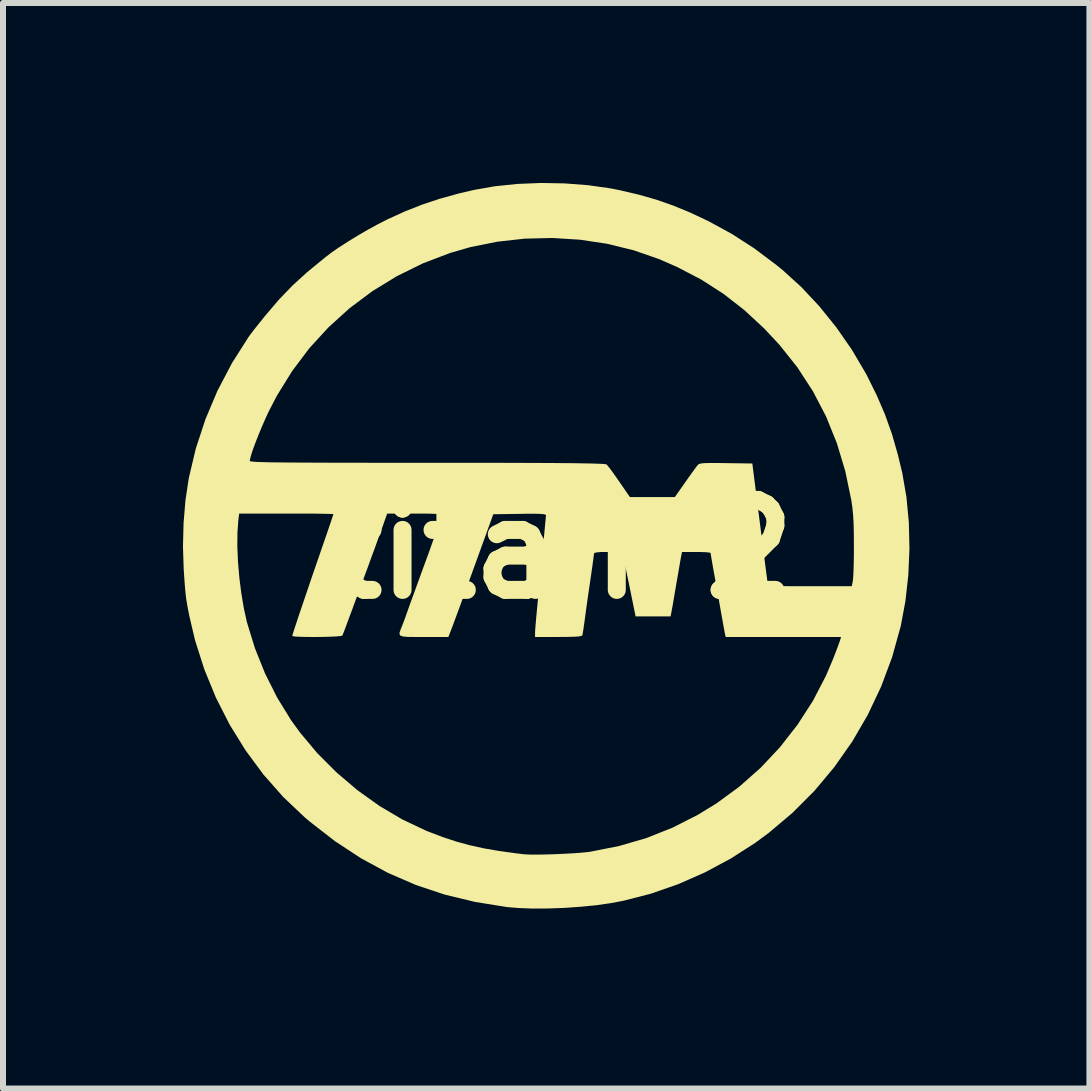
<source format=kicad_pcb>
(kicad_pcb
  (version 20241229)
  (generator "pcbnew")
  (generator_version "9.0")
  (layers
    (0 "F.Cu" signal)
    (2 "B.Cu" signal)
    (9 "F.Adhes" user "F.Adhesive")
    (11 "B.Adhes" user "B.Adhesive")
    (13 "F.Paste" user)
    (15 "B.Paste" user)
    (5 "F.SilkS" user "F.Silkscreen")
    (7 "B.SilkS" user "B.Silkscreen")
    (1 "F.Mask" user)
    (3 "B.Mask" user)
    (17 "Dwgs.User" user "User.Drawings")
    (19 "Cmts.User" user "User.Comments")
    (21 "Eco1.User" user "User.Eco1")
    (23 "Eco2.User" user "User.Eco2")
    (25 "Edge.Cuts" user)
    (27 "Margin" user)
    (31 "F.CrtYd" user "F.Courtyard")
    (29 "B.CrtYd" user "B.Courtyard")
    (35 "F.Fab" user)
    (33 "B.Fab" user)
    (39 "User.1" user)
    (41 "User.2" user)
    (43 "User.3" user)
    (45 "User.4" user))
  (footprint "titan 2"
    (layer "F.Cu")
    (at 6.303 6.105)
    (property "Reference" "titan 2" (at 0 0 0) (layer "F.SilkS") (effects (font (size 1.5 1.5) (thickness 0.3))))
    (attr board_only exclude_from_pos_files exclude_from_bom)
    (fp_poly (pts (xy 0.058 -6.098) (xy 0.448 -6.068) (xy 0.819 -6.016) (xy 0.96 -5.988) (xy 1.285 -5.913) (xy 1.58 -5.829) (xy 1.862 -5.731) (xy 2.145 -5.615) (xy 2.445 -5.474) (xy 2.476 -5.458) (xy 2.853 -5.252) (xy 3.224 -5.012) (xy 3.595 -4.733) (xy 3.692 -4.654) (xy 4.005 -4.37) (xy 4.306 -4.048) (xy 4.589 -3.697) (xy 4.848 -3.324) (xy 5.076 -2.937) (xy 5.096 -2.9) (xy 5.261 -2.567) (xy 5.4 -2.244) (xy 5.516 -1.918) (xy 5.615 -1.572) (xy 5.688 -1.269) (xy 5.757 -0.868) (xy 5.797 -0.443) (xy 5.807 -0.006) (xy 5.788 0.434) (xy 5.74 0.865) (xy 5.663 1.277) (xy 5.659 1.292) (xy 5.518 1.8) (xy 5.335 2.29) (xy 5.113 2.76) (xy 4.853 3.207) (xy 4.556 3.63) (xy 4.224 4.027) (xy 3.858 4.394) (xy 3.46 4.73) (xy 3.235 4.896) (xy 2.826 5.158) (xy 2.395 5.389) (xy 1.949 5.585) (xy 1.495 5.743) (xy 1.04 5.86) (xy 0.834 5.899) (xy 0.593 5.934) (xy 0.329 5.96) (xy 0.055 5.979) (xy -0.218 5.989) (xy -0.479 5.99) (xy -0.716 5.981) (xy -0.903 5.965) (xy -1.433 5.88) (xy -1.938 5.758) (xy -2.421 5.597) (xy -2.885 5.396) (xy -3.332 5.154) (xy -3.765 4.87) (xy -4.188 4.542) (xy -4.275 4.468) (xy -4.633 4.129) (xy -4.961 3.757) (xy -5.259 3.354) (xy -5.524 2.926) (xy -5.754 2.474) (xy -5.947 2.003) (xy -6.102 1.517) (xy -6.197 1.113) (xy -6.219 1.001) (xy -6.236 0.909) (xy -6.249 0.827) (xy -6.259 0.744) (xy -6.268 0.651) (xy -6.277 0.536) (xy -6.287 0.39) (xy -6.291 0.332) (xy -6.303 -0.045) (xy -5.397 -0.045) (xy -5.386 0.207) (xy -5.364 0.469) (xy -5.331 0.731) (xy -5.289 0.981) (xy -5.239 1.208) (xy -5.237 1.217) (xy -5.104 1.649) (xy -4.935 2.071) (xy -4.733 2.473) (xy -4.502 2.849) (xy -4.355 3.052) (xy -4.064 3.4) (xy -3.741 3.723) (xy -3.394 4.018) (xy -3.026 4.281) (xy -2.644 4.506) (xy -2.253 4.691) (xy -2.206 4.71) (xy -1.974 4.798) (xy -1.751 4.872) (xy -1.528 4.933) (xy -1.295 4.985) (xy -1.04 5.029) (xy -0.755 5.069) (xy -0.617 5.085) (xy -0.539 5.09) (xy -0.425 5.091) (xy -0.285 5.089) (xy -0.131 5.085) (xy 0.029 5.078) (xy 0.184 5.07) (xy 0.324 5.06) (xy 0.439 5.049) (xy 0.491 5.042) (xy 0.968 4.947) (xy 1.422 4.815) (xy 1.857 4.642) (xy 2.277 4.429) (xy 2.589 4.238) (xy 2.97 3.959) (xy 3.325 3.645) (xy 3.65 3.299) (xy 3.941 2.926) (xy 4.198 2.528) (xy 4.416 2.108) (xy 4.536 1.825) (xy 4.576 1.72) (xy 4.612 1.626) (xy 4.638 1.553) (xy 4.652 1.515) (xy 4.667 1.463) (xy 3.706 1.463) (xy 2.744 1.463) (xy 2.732 1.412) (xy 2.724 1.371) (xy 2.71 1.295) (xy 2.692 1.194) (xy 2.671 1.077) (xy 2.664 1.04) (xy 2.637 0.885) (xy 2.606 0.708) (xy 2.574 0.533) (xy 2.55 0.4) (xy 2.529 0.284) (xy 2.512 0.184) (xy 2.499 0.11) (xy 2.493 0.068) (xy 2.492 0.063) (xy 2.471 0.056) (xy 2.413 0.05) (xy 2.329 0.047) (xy 2.254 0.046) (xy 2.016 0.046) (xy 2.003 0.109) (xy 1.995 0.151) (xy 1.981 0.23) (xy 1.963 0.337) (xy 1.941 0.463) (xy 1.92 0.583) (xy 1.897 0.719) (xy 1.876 0.843) (xy 1.858 0.947) (xy 1.844 1.022) (xy 1.838 1.057) (xy 1.825 1.12) (xy 1.534 1.12) (xy 1.242 1.12) (xy 1.143 0.634) (xy 1.113 0.488) (xy 1.085 0.355) (xy 1.06 0.242) (xy 1.041 0.156) (xy 1.028 0.105) (xy 1.025 0.097) (xy 1.014 0.074) (xy 0.995 0.059) (xy 0.959 0.05) (xy 0.896 0.047) (xy 0.799 0.046) (xy 0.778 0.046) (xy 0.665 0.047) (xy 0.593 0.053) (xy 0.556 0.063) (xy 0.549 0.074) (xy 0.545 0.105) (xy 0.536 0.174) (xy 0.523 0.271) (xy 0.506 0.39) (xy 0.491 0.492) (xy 0.469 0.645) (xy 0.445 0.808) (xy 0.423 0.963) (xy 0.405 1.096) (xy 0.399 1.143) (xy 0.384 1.25) (xy 0.371 1.341) (xy 0.36 1.406) (xy 0.354 1.435) (xy 0.338 1.446) (xy 0.294 1.454) (xy 0.219 1.459) (xy 0.107 1.462) (xy -0.045 1.463) (xy -0.434 1.463) (xy -0.434 1.389) (xy -0.432 1.35) (xy -0.426 1.272) (xy -0.416 1.158) (xy -0.403 1.015) (xy -0.387 0.847) (xy -0.369 0.661) (xy -0.35 0.46) (xy -0.343 0.389) (xy -0.323 0.187) (xy -0.305 -0.001) (xy -0.289 -0.17) (xy -0.275 -0.316) (xy -0.264 -0.433) (xy -0.256 -0.516) (xy -0.252 -0.56) (xy -0.252 -0.566) (xy -0.261 -0.577) (xy -0.293 -0.584) (xy -0.353 -0.589) (xy -0.445 -0.591) (xy -0.575 -0.591) (xy -0.691 -0.589) (xy -1.13 -0.583) (xy -1.445 0.286) (xy -1.516 0.482) (xy -1.584 0.67) (xy -1.648 0.845) (xy -1.705 1.002) (xy -1.754 1.133) (xy -1.791 1.234) (xy -1.815 1.299) (xy -1.819 1.309) (xy -1.879 1.463) (xy -2.288 1.463) (xy -2.44 1.463) (xy -2.552 1.462) (xy -2.627 1.456) (xy -2.673 1.444) (xy -2.692 1.422) (xy -2.692 1.388) (xy -2.675 1.34) (xy -2.649 1.275) (xy -2.619 1.197) (xy -2.593 1.127) (xy -2.583 1.097) (xy -2.571 1.063) (xy -2.545 0.991) (xy -2.508 0.887) (xy -2.46 0.756) (xy -2.404 0.602) (xy -2.342 0.431) (xy -2.277 0.253) (xy -2.211 0.073) (xy -2.151 -0.095) (xy -2.097 -0.245) (xy -2.053 -0.371) (xy -2.019 -0.47) (xy -1.997 -0.536) (xy -1.989 -0.564) (xy -1.989 -0.564) (xy -1.998 -0.575) (xy -2.028 -0.583) (xy -2.083 -0.588) (xy -2.17 -0.592) (xy -2.293 -0.594) (xy -2.444 -0.594) (xy -2.899 -0.594) (xy -2.945 -0.463) (xy -2.971 -0.39) (xy -3.008 -0.287) (xy -3.055 -0.158) (xy -3.109 -0.009) (xy -3.169 0.155) (xy -3.232 0.328) (xy -3.298 0.506) (xy -3.363 0.682) (xy -3.426 0.852) (xy -3.484 1.011) (xy -3.537 1.152) (xy -3.581 1.271) (xy -3.615 1.362) (xy -3.638 1.42) (xy -3.646 1.439) (xy -3.672 1.447) (xy -3.734 1.453) (xy -3.823 1.458) (xy -3.931 1.461) (xy -4.048 1.463) (xy -4.167 1.463) (xy -4.278 1.462) (xy -4.373 1.459) (xy -4.442 1.455) (xy -4.478 1.448) (xy -4.481 1.445) (xy -4.474 1.418) (xy -4.453 1.35) (xy -4.419 1.248) (xy -4.375 1.114) (xy -4.32 0.952) (xy -4.257 0.766) (xy -4.187 0.56) (xy -4.111 0.338) (xy -4.03 0.104) (xy -3.992 -0.008) (xy -3.939 -0.16) (xy -3.892 -0.297) (xy -3.852 -0.414) (xy -3.821 -0.505) (xy -3.802 -0.564) (xy -3.795 -0.585) (xy -3.817 -0.587) (xy -3.88 -0.589) (xy -3.977 -0.591) (xy -4.105 -0.593) (xy -4.258 -0.594) (xy -4.43 -0.594) (xy -4.581 -0.594) (xy -5.366 -0.594) (xy -5.381 -0.474) (xy -5.395 -0.276) (xy -5.397 -0.045) (xy -6.303 -0.045) (xy -6.303 -0.049) (xy -6.293 -0.438) (xy -6.261 -0.82) (xy -6.207 -1.178) (xy -6.205 -1.189) (xy -6.138 -1.472) (xy -5.19 -1.472) (xy -5.185 -1.468) (xy -5.168 -1.463) (xy -5.137 -1.46) (xy -5.09 -1.456) (xy -5.025 -1.453) (xy -4.94 -1.451) (xy -4.832 -1.448) (xy -4.699 -1.447) (xy -4.539 -1.445) (xy -4.349 -1.444) (xy -4.129 -1.443) (xy -3.875 -1.442) (xy -3.585 -1.441) (xy -3.257 -1.441) (xy -2.889 -1.44) (xy -2.478 -1.44) (xy -2.233 -1.44) (xy -1.787 -1.44) (xy -1.385 -1.44) (xy -1.025 -1.44) (xy -0.704 -1.439) (xy -0.422 -1.438) (xy -0.175 -1.437) (xy 0.038 -1.435) (xy 0.219 -1.434) (xy 0.371 -1.431) (xy 0.494 -1.429) (xy 0.591 -1.426) (xy 0.664 -1.423) (xy 0.715 -1.42) (xy 0.746 -1.416) (xy 0.759 -1.412) (xy 0.784 -1.383) (xy 0.83 -1.324) (xy 0.888 -1.243) (xy 0.955 -1.148) (xy 0.97 -1.126) (xy 1.147 -0.869) (xy 1.521 -0.869) (xy 1.896 -0.869) (xy 2.069 -1.115) (xy 2.136 -1.21) (xy 2.197 -1.295) (xy 2.245 -1.361) (xy 2.274 -1.398) (xy 2.275 -1.401) (xy 2.291 -1.415) (xy 2.315 -1.425) (xy 2.354 -1.432) (xy 2.414 -1.436) (xy 2.502 -1.437) (xy 2.624 -1.437) (xy 2.749 -1.435) (xy 3.188 -1.429) (xy 3.317 -0.412) (xy 3.344 -0.201) (xy 3.369 -0.006) (xy 3.392 0.171) (xy 3.411 0.324) (xy 3.428 0.45) (xy 3.44 0.542) (xy 3.447 0.597) (xy 3.449 0.612) (xy 3.472 0.613) (xy 3.535 0.614) (xy 3.632 0.615) (xy 3.759 0.616) (xy 3.908 0.617) (xy 4.076 0.617) (xy 4.148 0.617) (xy 4.845 0.617) (xy 4.863 0.532) (xy 4.868 0.484) (xy 4.873 0.398) (xy 4.877 0.283) (xy 4.88 0.146) (xy 4.881 -0.004) (xy 4.881 -0.057) (xy 4.88 -0.261) (xy 4.876 -0.429) (xy 4.868 -0.57) (xy 4.856 -0.692) (xy 4.84 -0.806) (xy 4.839 -0.812) (xy 4.737 -1.303) (xy 4.596 -1.77) (xy 4.417 -2.213) (xy 4.198 -2.633) (xy 3.94 -3.03) (xy 3.641 -3.406) (xy 3.384 -3.681) (xy 3.051 -3.989) (xy 2.704 -4.259) (xy 2.336 -4.495) (xy 1.939 -4.702) (xy 1.631 -4.837) (xy 1.209 -4.983) (xy 0.769 -5.091) (xy 0.316 -5.159) (xy -0.144 -5.188) (xy -0.605 -5.177) (xy -1.063 -5.126) (xy -1.511 -5.036) (xy -1.85 -4.938) (xy -2.306 -4.764) (xy -2.738 -4.551) (xy -3.145 -4.302) (xy -3.525 -4.018) (xy -3.876 -3.7) (xy -4.196 -3.351) (xy -4.482 -2.971) (xy -4.735 -2.563) (xy -4.87 -2.303) (xy -4.93 -2.174) (xy -4.99 -2.036) (xy -5.047 -1.897) (xy -5.099 -1.765) (xy -5.142 -1.648) (xy -5.172 -1.552) (xy -5.188 -1.488) (xy -5.19 -1.472) (xy -6.138 -1.472) (xy -6.088 -1.681) (xy -5.928 -2.168) (xy -5.727 -2.643) (xy -5.486 -3.103) (xy -5.208 -3.54) (xy -5.175 -3.585) (xy -5.12 -3.657) (xy -5.049 -3.747) (xy -4.969 -3.846) (xy -4.94 -3.883) (xy -4.709 -4.154) (xy -4.478 -4.395) (xy -4.234 -4.617) (xy -4.094 -4.732) (xy -4.022 -4.791) (xy -3.952 -4.848) (xy -3.923 -4.872) (xy -3.828 -4.945) (xy -3.7 -5.033) (xy -3.55 -5.129) (xy -3.387 -5.229) (xy -3.219 -5.327) (xy -3.056 -5.416) (xy -2.907 -5.492) (xy -2.902 -5.495) (xy -2.608 -5.629) (xy -2.32 -5.743) (xy -2.025 -5.841) (xy -1.709 -5.929) (xy -1.452 -5.989) (xy -1.105 -6.05) (xy -0.73 -6.089) (xy -0.338 -6.105)) (stroke (width 0) (type solid)) (fill yes) (layer "F.SilkS")))
  (gr_rect
    (start -3 -3)
    (end 15.11 15.095)
    (stroke (width 0.1) (type default))
    (fill no)
    (layer "Edge.Cuts")))
</source>
